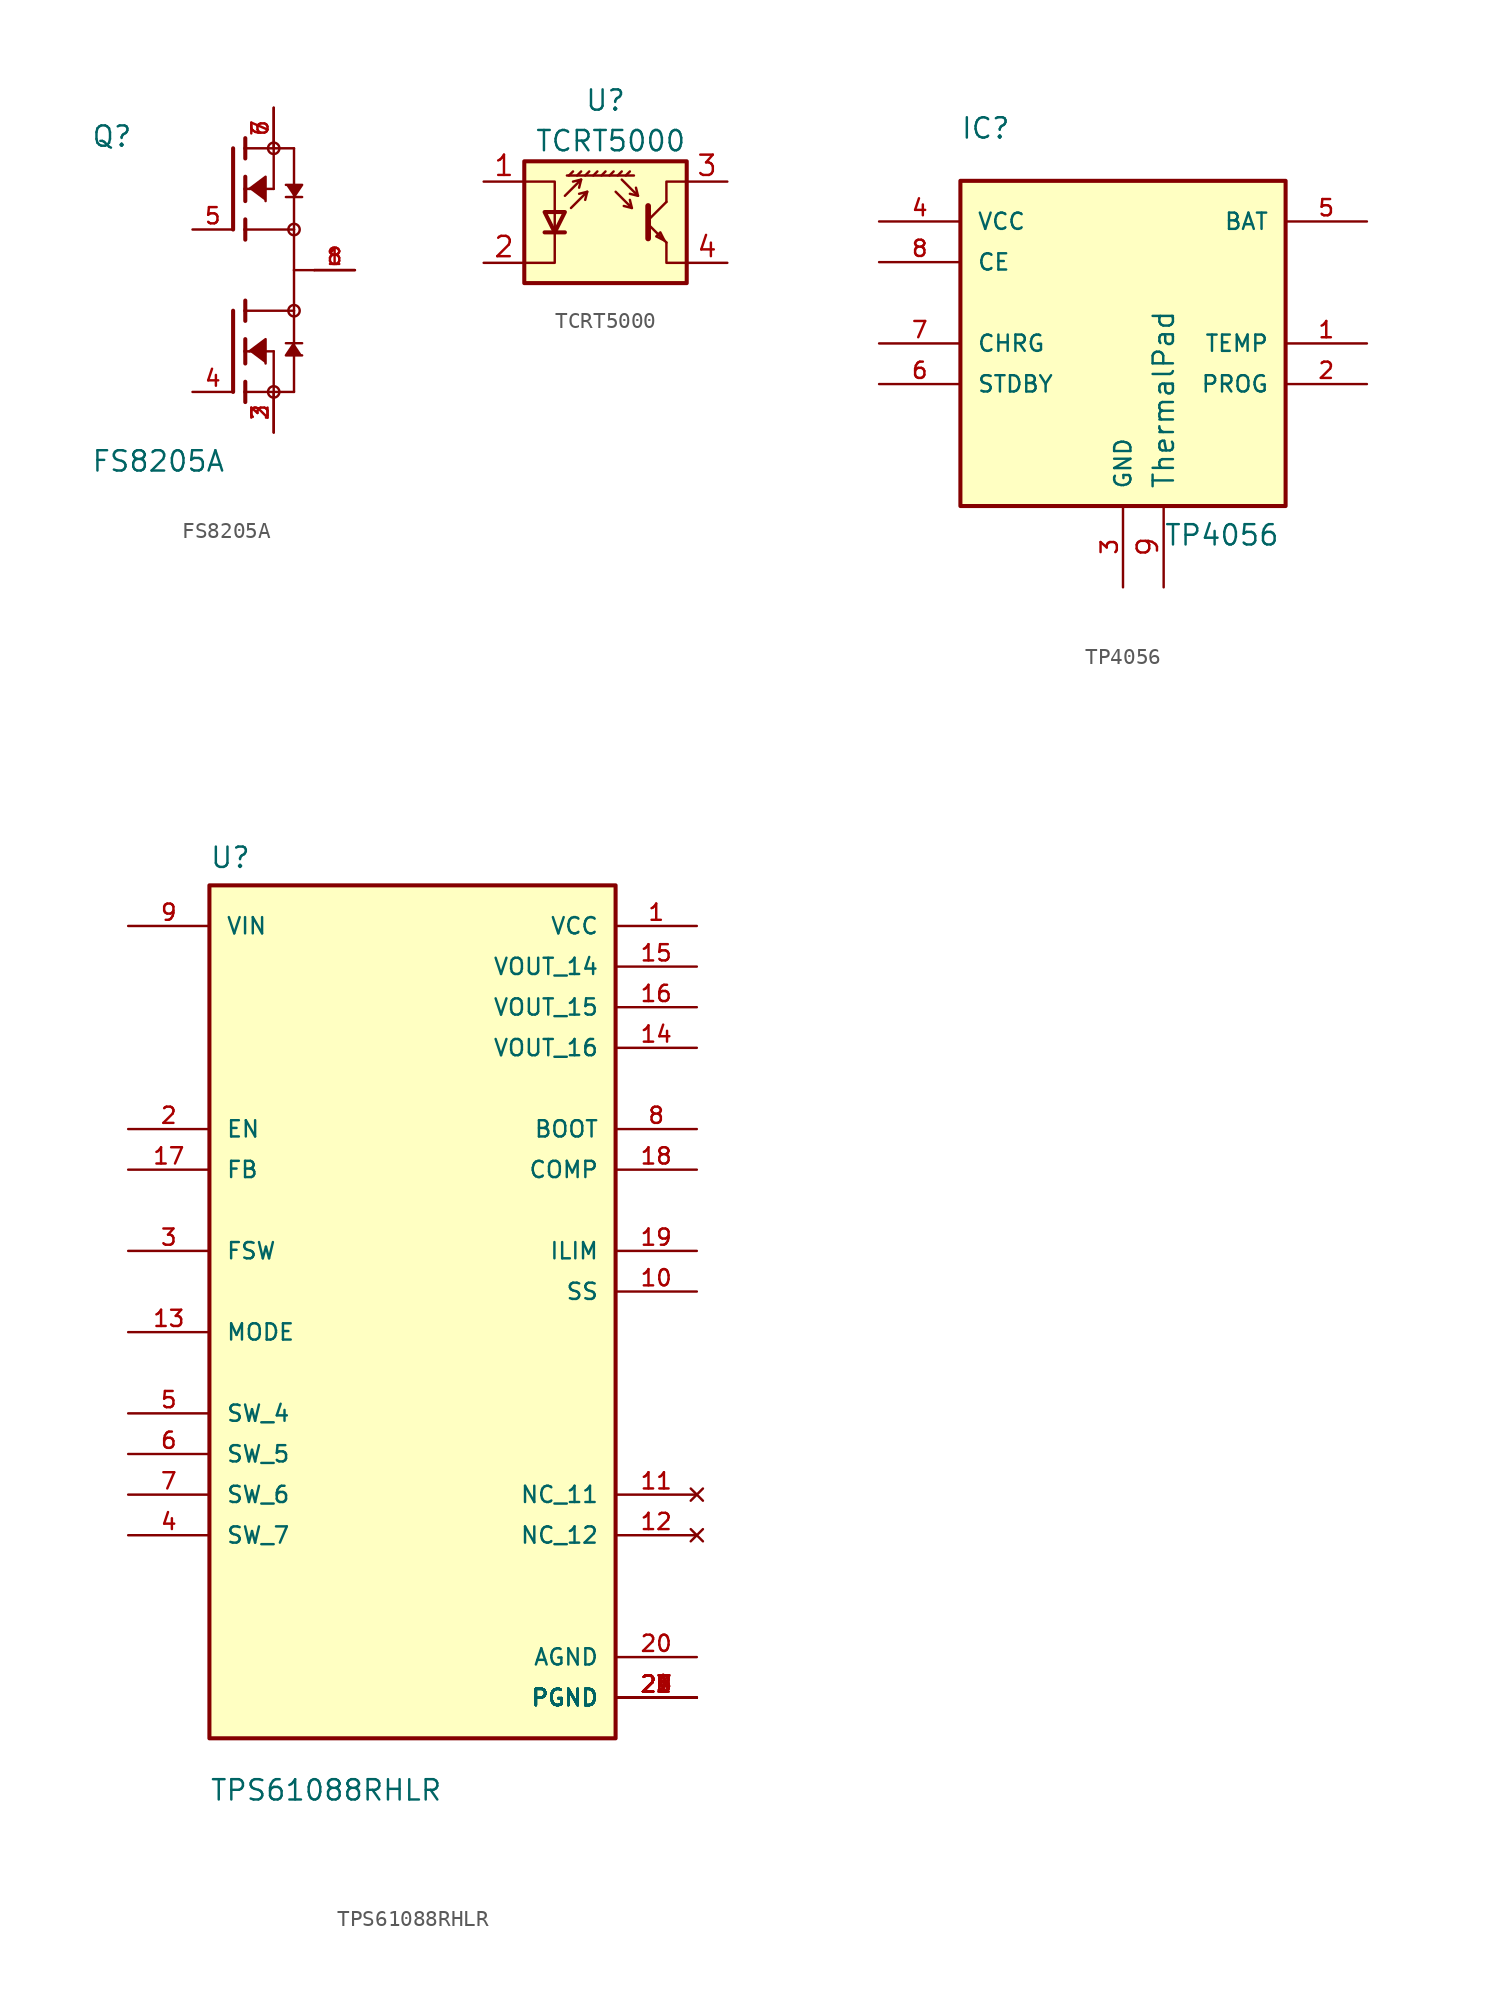
<source format=kicad_sym>
(kicad_symbol_lib
  (version 20211014)
  (generator kicad_symbol_editor)
  (symbol "FS8205A"
    (pin_names
      (offset 1.016) hide)
    (property "Reference" "Q"
      (at -11.43 7.62 0)
      (effects (font (size 1.27 1.27)) (justify left bottom)))
    (property "Value" "FS8205A"
      (at -11.43 -12.7 0)
      (effects (font (size 1.27 1.27)) (justify left bottom)))
    (symbol "FS8205A_0_0"
      (circle (center 0 -7.62) (radius 0.356) (stroke (width 0) (type default) (color 0 0 0 0)) (fill (type none)))
      (polyline (pts (xy -2.54 -2.54) (xy -2.54 -7.62)) (stroke (width 0.254) (type default) (color 0 0 0 0)) (fill (type none)))
      (polyline (pts (xy -2.54 7.62) (xy -2.54 2.54)) (stroke (width 0.254) (type default) (color 0 0 0 0)) (fill (type none)))
      (polyline (pts (xy -1.778 -7.62) (xy -1.778 -8.255)) (stroke (width 0.254) (type default) (color 0 0 0 0)) (fill (type none)))
      (polyline (pts (xy -1.778 -6.985) (xy -1.778 -7.62)) (stroke (width 0.254) (type default) (color 0 0 0 0)) (fill (type none)))
      (polyline (pts (xy -1.778 -5.08) (xy -1.778 -5.842)) (stroke (width 0.254) (type default) (color 0 0 0 0)) (fill (type none)))
      (polyline (pts (xy -1.778 -5.08) (xy 0 -5.08)) (stroke (width 0.152) (type default) (color 0 0 0 0)) (fill (type none)))
      (polyline (pts (xy -1.778 -4.318) (xy -1.778 -5.08)) (stroke (width 0.254) (type default) (color 0 0 0 0)) (fill (type none)))
      (polyline (pts (xy -1.778 -2.54) (xy -1.778 -3.175)) (stroke (width 0.254) (type default) (color 0 0 0 0)) (fill (type none)))
      (polyline (pts (xy -1.778 -2.54) (xy 1.27 -2.54)) (stroke (width 0.152) (type default) (color 0 0 0 0)) (fill (type none)))
      (polyline (pts (xy -1.778 -1.905) (xy -1.778 -2.54)) (stroke (width 0.254) (type default) (color 0 0 0 0)) (fill (type none)))
      (polyline (pts (xy -1.778 2.54) (xy -1.778 1.905)) (stroke (width 0.254) (type default) (color 0 0 0 0)) (fill (type none)))
      (polyline (pts (xy -1.778 3.175) (xy -1.778 2.54)) (stroke (width 0.254) (type default) (color 0 0 0 0)) (fill (type none)))
      (polyline (pts (xy -1.778 5.08) (xy -1.778 4.318)) (stroke (width 0.254) (type default) (color 0 0 0 0)) (fill (type none)))
      (polyline (pts (xy -1.778 5.08) (xy 0 5.08)) (stroke (width 0.152) (type default) (color 0 0 0 0)) (fill (type none)))
      (polyline (pts (xy -1.778 5.842) (xy -1.778 5.08)) (stroke (width 0.254) (type default) (color 0 0 0 0)) (fill (type none)))
      (polyline (pts (xy -1.778 7.62) (xy -1.778 6.985)) (stroke (width 0.254) (type default) (color 0 0 0 0)) (fill (type none)))
      (polyline (pts (xy -1.778 7.62) (xy 1.27 7.62)) (stroke (width 0.152) (type default) (color 0 0 0 0)) (fill (type none)))
      (polyline (pts (xy -1.778 8.255) (xy -1.778 7.62)) (stroke (width 0.254) (type default) (color 0 0 0 0)) (fill (type none)))
      (polyline (pts (xy 0 -7.62) (xy -1.778 -7.62)) (stroke (width 0.152) (type default) (color 0 0 0 0)) (fill (type none)))
      (polyline (pts (xy 0 -7.62) (xy 1.27 -7.62)) (stroke (width 0.152) (type default) (color 0 0 0 0)) (fill (type none)))
      (polyline (pts (xy 0 -5.08) (xy 0 -7.62)) (stroke (width 0.152) (type default) (color 0 0 0 0)) (fill (type none)))
      (polyline (pts (xy 0 7.62) (xy 0 5.08)) (stroke (width 0.152) (type default) (color 0 0 0 0)) (fill (type none)))
      (polyline (pts (xy 0.762 4.572) (xy 1.27 4.572)) (stroke (width 0.152) (type default) (color 0 0 0 0)) (fill (type none)))
      (polyline (pts (xy 1.27 -4.572) (xy 0.762 -4.572)) (stroke (width 0.152) (type default) (color 0 0 0 0)) (fill (type none)))
      (polyline (pts (xy 1.27 -4.572) (xy 1.27 -7.62)) (stroke (width 0.152) (type default) (color 0 0 0 0)) (fill (type none)))
      (polyline (pts (xy 1.27 -2.54) (xy 1.27 -4.572)) (stroke (width 0.152) (type default) (color 0 0 0 0)) (fill (type none)))
      (polyline (pts (xy 1.27 -2.54) (xy 1.27 0)) (stroke (width 0.152) (type default) (color 0 0 0 0)) (fill (type none)))
      (polyline (pts (xy 1.27 0) (xy 1.27 2.54)) (stroke (width 0.152) (type default) (color 0 0 0 0)) (fill (type none)))
      (polyline (pts (xy 1.27 0) (xy 2.54 0)) (stroke (width 0.152) (type default) (color 0 0 0 0)) (fill (type none)))
      (polyline (pts (xy 1.27 2.54) (xy -1.778 2.54)) (stroke (width 0.152) (type default) (color 0 0 0 0)) (fill (type none)))
      (polyline (pts (xy 1.27 2.54) (xy 1.27 4.572)) (stroke (width 0.152) (type default) (color 0 0 0 0)) (fill (type none)))
      (polyline (pts (xy 1.27 4.572) (xy 1.27 7.62)) (stroke (width 0.152) (type default) (color 0 0 0 0)) (fill (type none)))
      (polyline (pts (xy 1.27 4.572) (xy 1.778 4.572)) (stroke (width 0.152) (type default) (color 0 0 0 0)) (fill (type none)))
      (polyline (pts (xy 1.778 -4.572) (xy 1.27 -4.572)) (stroke (width 0.152) (type default) (color 0 0 0 0)) (fill (type none)))
      (polyline (pts (xy -1.524 -5.08) (xy -0.508 -4.318) (xy -0.508 -5.842)) (stroke (width 0.152) (type default) (color 0 0 0 0)) (fill (type outline)))
      (polyline (pts (xy -1.524 5.08) (xy -0.508 5.842) (xy -0.508 4.318)) (stroke (width 0.152) (type default) (color 0 0 0 0)) (fill (type outline)))
      (polyline (pts (xy 1.27 -4.572) (xy 0.762 -5.334) (xy 1.778 -5.334)) (stroke (width 0.152) (type default) (color 0 0 0 0)) (fill (type outline)))
      (polyline (pts (xy 1.27 4.572) (xy 1.778 5.334) (xy 0.762 5.334)) (stroke (width 0.152) (type default) (color 0 0 0 0)) (fill (type outline)))
      (circle (center 0 7.62) (radius 0.356) (stroke (width 0) (type default) (color 0 0 0 0)) (fill (type none)))
      (circle (center 1.27 -2.54) (radius 0.356) (stroke (width 0) (type default) (color 0 0 0 0)) (fill (type none)))
      (circle (center 1.27 2.54) (radius 0.356) (stroke (width 0) (type default) (color 0 0 0 0)) (fill (type none)))
      (pin passive line (at 5.08 0 180) (length 2.54) (name "D12" (effects (font (size 1.016 1.016)))) (number "1" (effects (font (size 1.016 1.016)))))
      (pin passive line (at 0 -10.16 90) (length 2.54) (name "S1" (effects (font (size 1.016 1.016)))) (number "2" (effects (font (size 1.016 1.016)))))
      (pin passive line (at 0 -10.16 90) (length 2.54) (name "S1" (effects (font (size 1.016 1.016)))) (number "3" (effects (font (size 1.016 1.016)))))
      (pin passive line (at -5.08 -7.62 0) (length 2.54) (name "G1" (effects (font (size 1.016 1.016)))) (number "4" (effects (font (size 1.016 1.016)))))
      (pin passive line (at -5.08 2.54 0) (length 2.54) (name "G2" (effects (font (size 1.016 1.016)))) (number "5" (effects (font (size 1.016 1.016)))))
      (pin passive line (at 0 10.16 270) (length 2.54) (name "S2" (effects (font (size 1.016 1.016)))) (number "6" (effects (font (size 1.016 1.016)))))
      (pin passive line (at 0 10.16 270) (length 2.54) (name "S2" (effects (font (size 1.016 1.016)))) (number "7" (effects (font (size 1.016 1.016)))))
      (pin passive line (at 5.08 0 180) (length 2.54) (name "D12" (effects (font (size 1.016 1.016)))) (number "8" (effects (font (size 1.016 1.016)))))))
  (symbol "TCRT5000"
    (pin_names
      (offset 1.016) hide)
    (property "Reference" "U"
      (at 0 7.62 0)
      (effects (font (size 1.27 1.27))))
    (property "Value" "TCRT5000"
      (at 5.08 5.08 0)
      (effects (font (size 1.27 1.27)) (justify right)))
    (symbol "TCRT5000_0_1"
      (polyline (pts (xy -3.81 -0.635) (xy -2.54 -0.635)) (stroke (width 0.254) (type default) (color 0 0 0 0)) (fill (type none)))
      (polyline (pts (xy -2.286 2.921) (xy -2.032 3.175)) (stroke (width 0) (type default) (color 0 0 0 0)) (fill (type none)))
      (polyline (pts (xy -1.778 2.921) (xy -1.524 3.175)) (stroke (width 0) (type default) (color 0 0 0 0)) (fill (type none)))
      (polyline (pts (xy -1.524 2.667) (xy -1.651 2.159)) (stroke (width 0) (type default) (color 0 0 0 0)) (fill (type none)))
      (polyline (pts (xy -1.27 2.921) (xy -1.016 3.175)) (stroke (width 0) (type default) (color 0 0 0 0)) (fill (type none)))
      (polyline (pts (xy -1.143 1.905) (xy -1.27 1.397)) (stroke (width 0) (type default) (color 0 0 0 0)) (fill (type none)))
      (polyline (pts (xy -0.762 2.921) (xy -0.508 3.175)) (stroke (width 0) (type default) (color 0 0 0 0)) (fill (type none)))
      (polyline (pts (xy -0.254 2.921) (xy 0 3.175)) (stroke (width 0) (type default) (color 0 0 0 0)) (fill (type none)))
      (polyline (pts (xy 0.254 2.921) (xy 0.508 3.175)) (stroke (width 0) (type default) (color 0 0 0 0)) (fill (type none)))
      (polyline (pts (xy 0.762 2.921) (xy 1.016 3.175)) (stroke (width 0) (type default) (color 0 0 0 0)) (fill (type none)))
      (polyline (pts (xy 1.27 2.921) (xy 1.524 3.175)) (stroke (width 0) (type default) (color 0 0 0 0)) (fill (type none)))
      (polyline (pts (xy 1.651 0.889) (xy 1.143 1.016)) (stroke (width 0) (type default) (color 0 0 0 0)) (fill (type none)))
      (polyline (pts (xy 1.778 2.921) (xy -2.413 2.921)) (stroke (width 0) (type default) (color 0 0 0 0)) (fill (type none)))
      (polyline (pts (xy 2.032 1.651) (xy 1.524 1.778)) (stroke (width 0) (type default) (color 0 0 0 0)) (fill (type none)))
      (polyline (pts (xy 2.667 -0.127) (xy 3.81 -1.27)) (stroke (width 0) (type default) (color 0 0 0 0)) (fill (type none)))
      (polyline (pts (xy 2.667 0.127) (xy 3.81 1.27)) (stroke (width 0) (type default) (color 0 0 0 0)) (fill (type none)))
      (polyline (pts (xy -2.54 1.651) (xy -1.524 2.667) (xy -2.032 2.54)) (stroke (width 0) (type default) (color 0 0 0 0)) (fill (type none)))
      (polyline (pts (xy -2.159 0.889) (xy -1.143 1.905) (xy -1.651 1.778)) (stroke (width 0) (type default) (color 0 0 0 0)) (fill (type none)))
      (polyline (pts (xy 0.635 1.905) (xy 1.651 0.889) (xy 1.524 1.397)) (stroke (width 0) (type default) (color 0 0 0 0)) (fill (type none)))
      (polyline (pts (xy 1.016 2.667) (xy 2.032 1.651) (xy 1.905 2.159)) (stroke (width 0) (type default) (color 0 0 0 0)) (fill (type none)))
      (polyline (pts (xy 2.667 1.016) (xy 2.667 -1.016) (xy 2.667 -1.016)) (stroke (width 0.356) (type default) (color 0 0 0 0)) (fill (type none)))
      (polyline (pts (xy 3.81 -1.27) (xy 3.81 -2.54) (xy 5.08 -2.54)) (stroke (width 0) (type default) (color 0 0 0 0)) (fill (type none)))
      (polyline (pts (xy 3.81 1.27) (xy 3.81 2.54) (xy 5.08 2.54)) (stroke (width 0) (type default) (color 0 0 0 0)) (fill (type none)))
      (polyline (pts (xy -5.08 -2.54) (xy -3.175 -2.54) (xy -3.175 2.54) (xy -5.08 2.54)) (stroke (width 0) (type default) (color 0 0 0 0)) (fill (type none)))
      (polyline (pts (xy -3.175 -0.635) (xy -3.81 0.635) (xy -2.54 0.635) (xy -3.175 -0.635)) (stroke (width 0.254) (type default) (color 0 0 0 0)) (fill (type none)))
      (polyline (pts (xy 3.683 -1.143) (xy 3.429 -0.635) (xy 3.175 -0.889) (xy 3.683 -1.143)) (stroke (width 0) (type default) (color 0 0 0 0)) (fill (type none)))
      (polyline (pts (xy -5.08 -3.81) (xy 5.08 -3.81) (xy 5.08 3.81) (xy -5.08 3.81) (xy -5.08 -3.81)) (stroke (width 0.254) (type default) (color 0 0 0 0)) (fill (type background))))
    (symbol "TCRT5000_1_1"
      (pin passive line (at -7.62 2.54 0) (length 2.54) (name "A" (effects (font (size 1.27 1.27)))) (number "1" (effects (font (size 1.27 1.27)))))
      (pin passive line (at -7.62 -2.54 0) (length 2.54) (name "K" (effects (font (size 1.27 1.27)))) (number "2" (effects (font (size 1.27 1.27)))))
      (pin open_collector line (at 7.62 2.54 180) (length 2.54) (name "C" (effects (font (size 1.27 1.27)))) (number "3" (effects (font (size 1.27 1.27)))))
      (pin open_emitter line (at 7.62 -2.54 180) (length 2.54) (name "E" (effects (font (size 1.27 1.27)))) (number "4" (effects (font (size 1.27 1.27)))))))
  (symbol "TP4056"
    (pin_names
      (offset 1.016))
    (property "Reference" "IC"
      (at -10.16 12.7 0)
      (effects (font (size 1.27 1.27)) (justify left bottom)))
    (property "Value" "TP4056"
      (at 2.54 -12.725 0)
      (effects (font (size 1.27 1.27)) (justify left bottom)))
    (symbol "TP4056_0_0"
      (rectangle (start -10.16 10.16) (end 10.16 -10.16) (stroke (width 0.254) (type default) (color 0 0 0 0)) (fill (type background)))
      (pin bidirectional line (at 15.24 0 180) (length 5.08) (name "TEMP" (effects (font (size 1.016 1.016)))) (number "1" (effects (font (size 1.016 1.016)))))
      (pin bidirectional line (at 15.24 -2.54 180) (length 5.08) (name "PROG" (effects (font (size 1.016 1.016)))) (number "2" (effects (font (size 1.016 1.016)))))
      (pin bidirectional line (at 0 -15.24 90) (length 5.08) (name "GND" (effects (font (size 1.016 1.016)))) (number "3" (effects (font (size 1.016 1.016)))))
      (pin bidirectional line (at -15.24 7.62 0) (length 5.08) (name "VCC" (effects (font (size 1.016 1.016)))) (number "4" (effects (font (size 1.016 1.016)))))
      (pin bidirectional line (at 15.24 7.62 180) (length 5.08) (name "BAT" (effects (font (size 1.016 1.016)))) (number "5" (effects (font (size 1.016 1.016)))))
      (pin bidirectional line (at -15.24 -2.54 0) (length 5.08) (name "STDBY" (effects (font (size 1.016 1.016)))) (number "6" (effects (font (size 1.016 1.016)))))
      (pin bidirectional line (at -15.24 0 0) (length 5.08) (name "CHRG" (effects (font (size 1.016 1.016)))) (number "7" (effects (font (size 1.016 1.016)))))
      (pin bidirectional line (at -15.24 5.08 0) (length 5.08) (name "CE" (effects (font (size 1.016 1.016)))) (number "8" (effects (font (size 1.016 1.016))))))
    (symbol "TP4056_1_1"
      (pin power_in line (at 2.54 -15.24 90) (length 5.08) (name "ThermalPad" (effects (font (size 1.27 1.27)))) (number "9" (effects (font (size 1.27 1.27)))))))
  (symbol "TPS61088RHLR"
    (pin_names
      (offset 1.016))
    (property "Reference" "U"
      (at -12.7 26.391 0)
      (effects (font (size 1.27 1.27)) (justify left bottom)))
    (property "Value" "TPS61088RHLR"
      (at -12.7 -31.928 0)
      (effects (font (size 1.27 1.27)) (justify left bottom)))
    (symbol "TPS61088RHLR_0_0"
      (rectangle (start -12.7 -27.94) (end 12.7 25.4) (stroke (width 0.254) (type default) (color 0 0 0 0)) (fill (type background)))
      (pin output line (at 17.78 22.86 180) (length 5.08) (name "VCC" (effects (font (size 1.016 1.016)))) (number "1" (effects (font (size 1.016 1.016)))))
      (pin output line (at 17.78 0 180) (length 5.08) (name "SS" (effects (font (size 1.016 1.016)))) (number "10" (effects (font (size 1.016 1.016)))))
      (pin no_connect line (at 17.78 -12.7 180) (length 5.08) (name "NC_11" (effects (font (size 1.016 1.016)))) (number "11" (effects (font (size 1.016 1.016)))))
      (pin no_connect line (at 17.78 -15.24 180) (length 5.08) (name "NC_12" (effects (font (size 1.016 1.016)))) (number "12" (effects (font (size 1.016 1.016)))))
      (pin input line (at -17.78 -2.54 0) (length 5.08) (name "MODE" (effects (font (size 1.016 1.016)))) (number "13" (effects (font (size 1.016 1.016)))))
      (pin output line (at 17.78 15.24 180) (length 5.08) (name "VOUT_16" (effects (font (size 1.016 1.016)))) (number "14" (effects (font (size 1.016 1.016)))))
      (pin output line (at 17.78 20.32 180) (length 5.08) (name "VOUT_14" (effects (font (size 1.016 1.016)))) (number "15" (effects (font (size 1.016 1.016)))))
      (pin output line (at 17.78 17.78 180) (length 5.08) (name "VOUT_15" (effects (font (size 1.016 1.016)))) (number "16" (effects (font (size 1.016 1.016)))))
      (pin input line (at -17.78 7.62 0) (length 5.08) (name "FB" (effects (font (size 1.016 1.016)))) (number "17" (effects (font (size 1.016 1.016)))))
      (pin output line (at 17.78 7.62 180) (length 5.08) (name "COMP" (effects (font (size 1.016 1.016)))) (number "18" (effects (font (size 1.016 1.016)))))
      (pin output line (at 17.78 2.54 180) (length 5.08) (name "ILIM" (effects (font (size 1.016 1.016)))) (number "19" (effects (font (size 1.016 1.016)))))
      (pin input line (at -17.78 10.16 0) (length 5.08) (name "EN" (effects (font (size 1.016 1.016)))) (number "2" (effects (font (size 1.016 1.016)))))
      (pin power_in line (at 17.78 -22.86 180) (length 5.08) (name "AGND" (effects (font (size 1.016 1.016)))) (number "20" (effects (font (size 1.016 1.016)))))
      (pin power_in line (at 17.78 -25.4 180) (length 5.08) (name "PGND" (effects (font (size 1.016 1.016)))) (number "21" (effects (font (size 1.016 1.016)))))
      (pin power_in line (at 17.78 -25.4 180) (length 5.08) (name "PGND" (effects (font (size 1.016 1.016)))) (number "22" (effects (font (size 1.016 1.016)))))
      (pin power_in line (at 17.78 -25.4 180) (length 5.08) (name "PGND" (effects (font (size 1.016 1.016)))) (number "23" (effects (font (size 1.016 1.016)))))
      (pin power_in line (at 17.78 -25.4 180) (length 5.08) (name "PGND" (effects (font (size 1.016 1.016)))) (number "24" (effects (font (size 1.016 1.016)))))
      (pin power_in line (at 17.78 -25.4 180) (length 5.08) (name "PGND" (effects (font (size 1.016 1.016)))) (number "25" (effects (font (size 1.016 1.016)))))
      (pin power_in line (at 17.78 -25.4 180) (length 5.08) (name "PGND" (effects (font (size 1.016 1.016)))) (number "26" (effects (font (size 1.016 1.016)))))
      (pin power_in line (at 17.78 -25.4 180) (length 5.08) (name "PGND" (effects (font (size 1.016 1.016)))) (number "27" (effects (font (size 1.016 1.016)))))
      (pin power_in line (at 17.78 -25.4 180) (length 5.08) (name "PGND" (effects (font (size 1.016 1.016)))) (number "28" (effects (font (size 1.016 1.016)))))
      (pin power_in line (at 17.78 -25.4 180) (length 5.08) (name "PGND" (effects (font (size 1.016 1.016)))) (number "29" (effects (font (size 1.016 1.016)))))
      (pin input line (at -17.78 2.54 0) (length 5.08) (name "FSW" (effects (font (size 1.016 1.016)))) (number "3" (effects (font (size 1.016 1.016)))))
      (pin input line (at -17.78 -15.24 0) (length 5.08) (name "SW_7" (effects (font (size 1.016 1.016)))) (number "4" (effects (font (size 1.016 1.016)))))
      (pin input line (at -17.78 -7.62 0) (length 5.08) (name "SW_4" (effects (font (size 1.016 1.016)))) (number "5" (effects (font (size 1.016 1.016)))))
      (pin input line (at -17.78 -10.16 0) (length 5.08) (name "SW_5" (effects (font (size 1.016 1.016)))) (number "6" (effects (font (size 1.016 1.016)))))
      (pin input line (at -17.78 -12.7 0) (length 5.08) (name "SW_6" (effects (font (size 1.016 1.016)))) (number "7" (effects (font (size 1.016 1.016)))))
      (pin output line (at 17.78 10.16 180) (length 5.08) (name "BOOT" (effects (font (size 1.016 1.016)))) (number "8" (effects (font (size 1.016 1.016)))))
      (pin input line (at -17.78 22.86 0) (length 5.08) (name "VIN" (effects (font (size 1.016 1.016)))) (number "9" (effects (font (size 1.016 1.016))))))))
</source>
